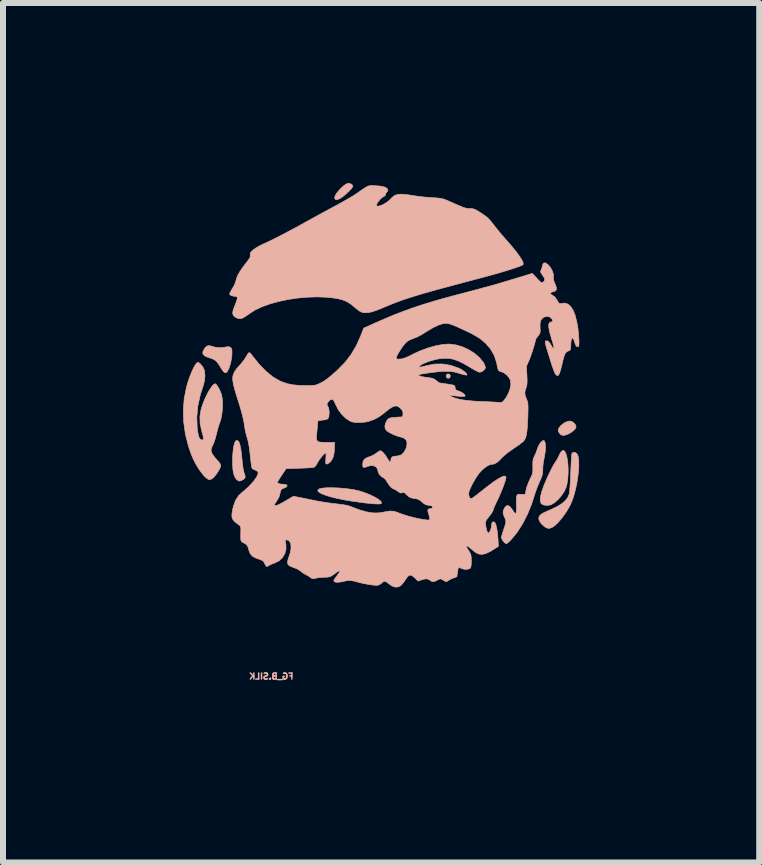
<source format=kicad_pcb>
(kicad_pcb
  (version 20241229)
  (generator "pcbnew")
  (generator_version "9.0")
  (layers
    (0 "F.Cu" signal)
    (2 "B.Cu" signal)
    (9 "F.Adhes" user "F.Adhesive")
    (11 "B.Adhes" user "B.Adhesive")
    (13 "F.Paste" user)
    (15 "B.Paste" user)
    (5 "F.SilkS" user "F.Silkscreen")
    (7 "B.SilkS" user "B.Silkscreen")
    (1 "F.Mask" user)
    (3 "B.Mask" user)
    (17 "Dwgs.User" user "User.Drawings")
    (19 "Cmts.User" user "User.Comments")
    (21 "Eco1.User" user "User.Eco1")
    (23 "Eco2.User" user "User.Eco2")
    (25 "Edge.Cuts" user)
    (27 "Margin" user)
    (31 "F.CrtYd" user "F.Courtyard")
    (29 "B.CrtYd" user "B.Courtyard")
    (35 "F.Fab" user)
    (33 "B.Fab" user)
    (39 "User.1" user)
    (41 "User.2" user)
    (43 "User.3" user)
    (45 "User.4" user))
  (footprint "FG_B.SILK"
    (layer "F.Cu")
    (at 3.351 3.167)
    (property "Reference" "FG_B.SILK" (at -1.88 5.055 180) (layer "B.SilkS") (effects (font (size 0.1 0.1) (thickness 0.025)) (justify mirror)))
    (attr through_hole)
    (fp_poly (pts (xy 1.041 0.026) (xy 1.035 0.051) (xy 1.042 0.077) (xy 1.064 0.087) (xy 1.09 0.082) (xy 1.1 0.071) (xy 1.103 0.039) (xy 1.088 0.019) (xy 1.064 0.015) (xy 1.041 0.026)) (stroke (width 0.01) (type solid)) (fill yes) (layer "B.SilkS"))
    (fp_poly (pts (xy 3.049 0.81) (xy 2.998 0.835) (xy 2.952 0.871) (xy 2.921 0.907) (xy 2.905 0.937) (xy 2.902 0.959) (xy 2.911 0.983) (xy 2.914 0.988) (xy 2.94 1.024) (xy 2.975 1.04) (xy 3.02 1.035) (xy 3.067 1.018) (xy 3.121 0.988) (xy 3.164 0.954) (xy 3.192 0.921) (xy 3.2 0.896) (xy 3.189 0.861) (xy 3.161 0.829) (xy 3.124 0.806) (xy 3.095 0.8) (xy 3.049 0.81)) (stroke (width 0.01) (type solid)) (fill yes) (layer "B.SilkS"))
    (fp_poly (pts (xy -0.625 -3.153) (xy -0.665 -3.127) (xy -0.708 -3.089) (xy -0.75 -3.046) (xy -0.787 -3.001) (xy -0.813 -2.959) (xy -0.823 -2.925) (xy -0.823 -2.919) (xy -0.813 -2.894) (xy -0.789 -2.888) (xy -0.75 -2.901) (xy -0.734 -2.909) (xy -0.699 -2.931) (xy -0.658 -2.964) (xy -0.615 -3.002) (xy -0.575 -3.04) (xy -0.543 -3.075) (xy -0.524 -3.102) (xy -0.521 -3.113) (xy -0.532 -3.138) (xy -0.56 -3.156) (xy -0.594 -3.162) (xy -0.625 -3.153)) (stroke (width 0.01) (type solid)) (fill yes) (layer "B.SilkS"))
    (fp_poly (pts (xy -2.47 1.129) (xy -2.488 1.16) (xy -2.503 1.212) (xy -2.515 1.287) (xy -2.523 1.381) (xy -2.524 1.404) (xy -2.525 1.521) (xy -2.518 1.618) (xy -2.502 1.695) (xy -2.477 1.75) (xy -2.463 1.768) (xy -2.433 1.794) (xy -2.407 1.801) (xy -2.375 1.791) (xy -2.353 1.778) (xy -2.325 1.758) (xy -2.314 1.736) (xy -2.318 1.706) (xy -2.331 1.671) (xy -2.34 1.639) (xy -2.35 1.589) (xy -2.358 1.529) (xy -2.363 1.482) (xy -2.374 1.371) (xy -2.385 1.284) (xy -2.397 1.218) (xy -2.409 1.172) (xy -2.423 1.143) (xy -2.425 1.14) (xy -2.449 1.123) (xy -2.47 1.129)) (stroke (width 0.01) (type solid)) (fill yes) (layer "B.SilkS"))
    (fp_poly (pts (xy -0.945 1.912) (xy -1.013 1.917) (xy -1.063 1.925) (xy -1.083 1.933) (xy -1.104 1.951) (xy -1.101 1.971) (xy -1.076 1.993) (xy -1.031 2.016) (xy -0.967 2.04) (xy -0.887 2.064) (xy -0.79 2.088) (xy -0.681 2.111) (xy -0.559 2.132) (xy -0.426 2.151) (xy -0.318 2.165) (xy -0.226 2.175) (xy -0.157 2.181) (xy -0.107 2.183) (xy -0.073 2.182) (xy -0.053 2.177) (xy -0.043 2.169) (xy -0.045 2.15) (xy -0.068 2.125) (xy -0.107 2.096) (xy -0.161 2.065) (xy -0.224 2.034) (xy -0.294 2.005) (xy -0.367 1.979) (xy -0.427 1.961) (xy -0.503 1.945) (xy -0.59 1.932) (xy -0.682 1.922) (xy -0.775 1.915) (xy -0.864 1.912) (xy -0.945 1.912)) (stroke (width 0.01) (type solid)) (fill yes) (layer "B.SilkS"))
    (fp_poly (pts (xy -2.959 -0.445) (xy -2.983 -0.42) (xy -2.99 -0.41) (xy -3.016 -0.365) (xy -3.022 -0.329) (xy -3.007 -0.3) (xy -2.97 -0.275) (xy -2.909 -0.253) (xy -2.894 -0.248) (xy -2.849 -0.232) (xy -2.812 -0.211) (xy -2.78 -0.179) (xy -2.747 -0.132) (xy -2.72 -0.087) (xy -2.687 -0.037) (xy -2.661 -0.01) (xy -2.639 -0.004) (xy -2.617 -0.019) (xy -2.611 -0.028) (xy -2.589 -0.07) (xy -2.568 -0.13) (xy -2.551 -0.198) (xy -2.539 -0.267) (xy -2.535 -0.32) (xy -2.535 -0.369) (xy -2.539 -0.399) (xy -2.549 -0.417) (xy -2.559 -0.427) (xy -2.589 -0.439) (xy -2.61 -0.438) (xy -2.679 -0.425) (xy -2.752 -0.422) (xy -2.819 -0.431) (xy -2.839 -0.437) (xy -2.893 -0.452) (xy -2.931 -0.456) (xy -2.959 -0.445)) (stroke (width 0.01) (type solid)) (fill yes) (layer "B.SilkS"))
    (fp_poly (pts (xy 2.978 1.292) (xy 2.963 1.301) (xy 2.941 1.326) (xy 2.922 1.362) (xy 2.92 1.368) (xy 2.903 1.406) (xy 2.878 1.451) (xy 2.863 1.473) (xy 2.822 1.538) (xy 2.776 1.625) (xy 2.726 1.73) (xy 2.676 1.848) (xy 2.662 1.881) (xy 2.627 1.98) (xy 2.607 2.061) (xy 2.603 2.123) (xy 2.614 2.168) (xy 2.62 2.177) (xy 2.647 2.195) (xy 2.688 2.204) (xy 2.737 2.205) (xy 2.782 2.195) (xy 2.791 2.191) (xy 2.843 2.159) (xy 2.898 2.111) (xy 2.95 2.052) (xy 2.994 1.989) (xy 3.009 1.962) (xy 3.032 1.909) (xy 3.048 1.856) (xy 3.058 1.792) (xy 3.062 1.756) (xy 3.068 1.668) (xy 3.068 1.58) (xy 3.062 1.495) (xy 3.051 1.419) (xy 3.036 1.357) (xy 3.017 1.315) (xy 3.012 1.308) (xy 2.994 1.29) (xy 2.978 1.292)) (stroke (width 0.01) (type solid)) (fill yes) (layer "B.SilkS"))
    (fp_poly (pts (xy 3.14 1.33) (xy 3.131 1.343) (xy 3.127 1.362) (xy 3.124 1.402) (xy 3.12 1.46) (xy 3.117 1.531) (xy 3.113 1.613) (xy 3.111 1.664) (xy 3.107 1.752) (xy 3.103 1.834) (xy 3.098 1.907) (xy 3.093 1.965) (xy 3.088 2.004) (xy 3.086 2.016) (xy 3.062 2.073) (xy 3.022 2.126) (xy 2.965 2.175) (xy 2.888 2.224) (xy 2.788 2.272) (xy 2.729 2.298) (xy 2.662 2.328) (xy 2.617 2.355) (xy 2.59 2.383) (xy 2.579 2.413) (xy 2.578 2.426) (xy 2.589 2.463) (xy 2.616 2.505) (xy 2.654 2.544) (xy 2.695 2.574) (xy 2.735 2.589) (xy 2.746 2.59) (xy 2.768 2.585) (xy 2.8 2.573) (xy 2.8 2.573) (xy 2.843 2.545) (xy 2.893 2.499) (xy 2.946 2.439) (xy 3 2.368) (xy 3.051 2.292) (xy 3.096 2.214) (xy 3.112 2.18) (xy 3.144 2.103) (xy 3.172 2.013) (xy 3.196 1.915) (xy 3.217 1.814) (xy 3.232 1.712) (xy 3.242 1.615) (xy 3.246 1.526) (xy 3.244 1.45) (xy 3.235 1.389) (xy 3.22 1.352) (xy 3.195 1.329) (xy 3.165 1.321) (xy 3.14 1.33)) (stroke (width 0.01) (type solid)) (fill yes) (layer "B.SilkS"))
    (fp_poly (pts (xy 2.641 1.131) (xy 2.61 1.158) (xy 2.58 1.204) (xy 2.556 1.26) (xy 2.551 1.276) (xy 2.537 1.318) (xy 2.516 1.366) (xy 2.507 1.384) (xy 2.492 1.417) (xy 2.483 1.448) (xy 2.479 1.487) (xy 2.479 1.54) (xy 2.479 1.557) (xy 2.48 1.614) (xy 2.477 1.654) (xy 2.47 1.687) (xy 2.455 1.721) (xy 2.443 1.746) (xy 2.408 1.823) (xy 2.38 1.898) (xy 2.363 1.964) (xy 2.36 1.988) (xy 2.356 2.01) (xy 2.347 2.02) (xy 2.326 2.023) (xy 2.289 2.022) (xy 2.25 2.02) (xy 2.228 2.024) (xy 2.216 2.037) (xy 2.211 2.049) (xy 2.206 2.076) (xy 2.204 2.12) (xy 2.205 2.173) (xy 2.206 2.194) (xy 2.208 2.255) (xy 2.206 2.302) (xy 2.201 2.33) (xy 2.2 2.331) (xy 2.192 2.341) (xy 2.181 2.338) (xy 2.165 2.319) (xy 2.141 2.282) (xy 2.105 2.234) (xy 2.073 2.211) (xy 2.044 2.211) (xy 2.017 2.236) (xy 2.006 2.251) (xy 1.986 2.297) (xy 1.984 2.34) (xy 2.002 2.39) (xy 2.007 2.4) (xy 2.021 2.432) (xy 2.029 2.459) (xy 2.029 2.488) (xy 2.021 2.526) (xy 2.004 2.578) (xy 1.994 2.608) (xy 1.977 2.659) (xy 1.964 2.704) (xy 1.957 2.735) (xy 1.956 2.742) (xy 1.964 2.768) (xy 1.984 2.799) (xy 2.008 2.827) (xy 2.031 2.843) (xy 2.038 2.845) (xy 2.054 2.836) (xy 2.081 2.813) (xy 2.115 2.779) (xy 2.125 2.769) (xy 2.22 2.652) (xy 2.308 2.514) (xy 2.388 2.359) (xy 2.457 2.191) (xy 2.502 2.051) (xy 2.525 1.98) (xy 2.553 1.903) (xy 2.583 1.831) (xy 2.593 1.808) (xy 2.618 1.752) (xy 2.634 1.709) (xy 2.642 1.672) (xy 2.645 1.632) (xy 2.645 1.613) (xy 2.647 1.56) (xy 2.654 1.495) (xy 2.665 1.431) (xy 2.668 1.419) (xy 2.685 1.321) (xy 2.692 1.238) (xy 2.687 1.174) (xy 2.68 1.15) (xy 2.668 1.127) (xy 2.653 1.125) (xy 2.641 1.131)) (stroke (width 0.01) (type solid)) (fill yes) (layer "B.SilkS"))
    (fp_poly (pts (xy -3.124 -0.166) (xy -3.148 -0.133) (xy -3.176 -0.083) (xy -3.206 -0.018) (xy -3.236 0.057) (xy -3.265 0.14) (xy -3.291 0.227) (xy -3.295 0.244) (xy -3.331 0.428) (xy -3.346 0.621) (xy -3.339 0.819) (xy -3.311 1.019) (xy -3.261 1.217) (xy -3.214 1.354) (xy -3.179 1.436) (xy -3.138 1.516) (xy -3.093 1.591) (xy -3.046 1.657) (xy -3.001 1.713) (xy -2.959 1.753) (xy -2.924 1.775) (xy -2.909 1.778) (xy -2.883 1.77) (xy -2.855 1.753) (xy -2.826 1.724) (xy -2.792 1.681) (xy -2.761 1.633) (xy -2.736 1.589) (xy -2.725 1.559) (xy -2.724 1.534) (xy -2.734 1.509) (xy -2.76 1.477) (xy -2.766 1.47) (xy -2.818 1.41) (xy -2.854 1.363) (xy -2.875 1.325) (xy -2.883 1.291) (xy -2.878 1.256) (xy -2.862 1.216) (xy -2.85 1.192) (xy -2.832 1.149) (xy -2.813 1.092) (xy -2.797 1.03) (xy -2.792 1.012) (xy -2.778 0.953) (xy -2.762 0.896) (xy -2.748 0.852) (xy -2.743 0.841) (xy -2.72 0.773) (xy -2.704 0.689) (xy -2.694 0.598) (xy -2.691 0.507) (xy -2.697 0.424) (xy -2.71 0.356) (xy -2.712 0.349) (xy -2.731 0.303) (xy -2.754 0.256) (xy -2.778 0.216) (xy -2.8 0.188) (xy -2.815 0.178) (xy -2.838 0.189) (xy -2.868 0.221) (xy -2.901 0.269) (xy -2.937 0.329) (xy -2.971 0.399) (xy -3.004 0.473) (xy -3.032 0.548) (xy -3.049 0.603) (xy -3.069 0.721) (xy -3.066 0.842) (xy -3.038 0.969) (xy -3.036 0.978) (xy -3.018 1.04) (xy -3.011 1.082) (xy -3.013 1.106) (xy -3.026 1.116) (xy -3.038 1.115) (xy -3.062 1.105) (xy -3.081 1.079) (xy -3.096 1.034) (xy -3.107 0.969) (xy -3.114 0.919) (xy -3.121 0.738) (xy -3.104 0.551) (xy -3.062 0.36) (xy -3.011 0.203) (xy -2.992 0.126) (xy -2.985 0.043) (xy -2.993 -0.034) (xy -2.997 -0.051) (xy -3.013 -0.088) (xy -3.039 -0.125) (xy -3.067 -0.157) (xy -3.094 -0.176) (xy -3.104 -0.178) (xy -3.124 -0.166)) (stroke (width 0.01) (type solid)) (fill yes) (layer "B.SilkS"))
    (fp_poly (pts (xy -0.239 -3.122) (xy -0.264 -3.116) (xy -0.291 -3.103) (xy -0.325 -3.082) (xy -0.37 -3.052) (xy -0.43 -3.01) (xy -0.461 -2.988) (xy -0.501 -2.962) (xy -0.559 -2.927) (xy -0.629 -2.887) (xy -0.707 -2.842) (xy -0.789 -2.797) (xy -0.821 -2.78) (xy -0.914 -2.73) (xy -1.015 -2.675) (xy -1.117 -2.62) (xy -1.213 -2.567) (xy -1.294 -2.522) (xy -1.302 -2.518) (xy -1.436 -2.443) (xy -1.567 -2.373) (xy -1.691 -2.308) (xy -1.804 -2.249) (xy -1.904 -2.2) (xy -1.987 -2.162) (xy -2.011 -2.151) (xy -2.068 -2.124) (xy -2.124 -2.092) (xy -2.169 -2.062) (xy -2.18 -2.053) (xy -2.213 -2.022) (xy -2.229 -2) (xy -2.232 -1.978) (xy -2.23 -1.967) (xy -2.23 -1.944) (xy -2.238 -1.92) (xy -2.259 -1.887) (xy -2.287 -1.851) (xy -2.354 -1.763) (xy -2.404 -1.689) (xy -2.439 -1.627) (xy -2.459 -1.575) (xy -2.463 -1.558) (xy -2.478 -1.508) (xy -2.499 -1.458) (xy -2.508 -1.441) (xy -2.54 -1.389) (xy -2.56 -1.353) (xy -2.57 -1.33) (xy -2.573 -1.316) (xy -2.569 -1.307) (xy -2.565 -1.302) (xy -2.544 -1.29) (xy -2.509 -1.281) (xy -2.498 -1.28) (xy -2.464 -1.276) (xy -2.449 -1.267) (xy -2.446 -1.249) (xy -2.446 -1.245) (xy -2.452 -1.218) (xy -2.466 -1.177) (xy -2.485 -1.128) (xy -2.49 -1.116) (xy -2.514 -1.053) (xy -2.523 -1.005) (xy -2.517 -0.97) (xy -2.495 -0.942) (xy -2.473 -0.927) (xy -2.427 -0.906) (xy -2.385 -0.906) (xy -2.343 -0.923) (xy -2.312 -0.942) (xy -2.271 -0.97) (xy -2.241 -0.992) (xy -2.147 -1.052) (xy -2.031 -1.106) (xy -1.899 -1.153) (xy -1.753 -1.193) (xy -1.597 -1.226) (xy -1.436 -1.25) (xy -1.273 -1.264) (xy -1.111 -1.269) (xy -0.955 -1.263) (xy -0.86 -1.253) (xy -0.764 -1.238) (xy -0.687 -1.218) (xy -0.622 -1.191) (xy -0.562 -1.154) (xy -0.502 -1.106) (xy -0.447 -1.06) (xy -0.405 -1.03) (xy -0.367 -1.012) (xy -0.329 -1.005) (xy -0.284 -1.006) (xy -0.273 -1.006) (xy -0.235 -1.012) (xy -0.189 -1.024) (xy -0.133 -1.043) (xy -0.061 -1.071) (xy 0.013 -1.102) (xy 0.085 -1.132) (xy 0.155 -1.16) (xy 0.226 -1.187) (xy 0.298 -1.214) (xy 0.376 -1.24) (xy 0.46 -1.267) (xy 0.553 -1.296) (xy 0.657 -1.327) (xy 0.774 -1.36) (xy 0.906 -1.397) (xy 1.056 -1.437) (xy 1.225 -1.482) (xy 1.415 -1.533) (xy 1.505 -1.557) (xy 1.66 -1.598) (xy 1.802 -1.637) (xy 1.93 -1.673) (xy 2.043 -1.707) (xy 2.139 -1.737) (xy 2.216 -1.763) (xy 2.273 -1.784) (xy 2.308 -1.8) (xy 2.319 -1.809) (xy 2.318 -1.837) (xy 2.298 -1.882) (xy 2.261 -1.941) (xy 2.209 -2.013) (xy 2.14 -2.099) (xy 2.057 -2.195) (xy 2.033 -2.222) (xy 1.979 -2.283) (xy 1.923 -2.35) (xy 1.871 -2.414) (xy 1.829 -2.467) (xy 1.822 -2.476) (xy 1.774 -2.537) (xy 1.73 -2.583) (xy 1.681 -2.623) (xy 1.642 -2.65) (xy 1.585 -2.687) (xy 1.544 -2.712) (xy 1.513 -2.728) (xy 1.487 -2.736) (xy 1.46 -2.74) (xy 1.428 -2.74) (xy 1.404 -2.741) (xy 1.381 -2.744) (xy 1.354 -2.75) (xy 1.32 -2.761) (xy 1.277 -2.778) (xy 1.22 -2.803) (xy 1.145 -2.835) (xy 1.079 -2.865) (xy 1.033 -2.885) (xy 0.994 -2.899) (xy 0.956 -2.908) (xy 0.912 -2.915) (xy 0.854 -2.92) (xy 0.806 -2.922) (xy 0.73 -2.928) (xy 0.65 -2.935) (xy 0.577 -2.944) (xy 0.527 -2.951) (xy 0.425 -2.967) (xy 0.344 -2.977) (xy 0.281 -2.981) (xy 0.232 -2.977) (xy 0.193 -2.966) (xy 0.16 -2.948) (xy 0.129 -2.921) (xy 0.113 -2.904) (xy 0.076 -2.868) (xy 0.033 -2.836) (xy -0.013 -2.81) (xy -0.056 -2.791) (xy -0.093 -2.781) (xy -0.118 -2.783) (xy -0.127 -2.798) (xy -0.118 -2.824) (xy -0.096 -2.859) (xy -0.066 -2.894) (xy -0.035 -2.924) (xy -0.011 -2.938) (xy 0.018 -2.957) (xy 0.025 -2.98) (xy 0.033 -3.005) (xy 0.044 -3.014) (xy 0.06 -3.032) (xy 0.064 -3.047) (xy 0.051 -3.076) (xy 0.015 -3.098) (xy -0.046 -3.113) (xy -0.13 -3.121) (xy -0.14 -3.121) (xy -0.181 -3.123) (xy -0.213 -3.124) (xy -0.239 -3.122)) (stroke (width 0.01) (type solid)) (fill yes) (layer "B.SilkS"))
    (fp_poly (pts (xy 2.647 -1.814) (xy 2.641 -1.791) (xy 2.631 -1.751) (xy 2.617 -1.716) (xy 2.617 -1.716) (xy 2.609 -1.696) (xy 2.612 -1.677) (xy 2.628 -1.65) (xy 2.64 -1.632) (xy 2.668 -1.59) (xy 2.678 -1.561) (xy 2.672 -1.537) (xy 2.654 -1.517) (xy 2.641 -1.507) (xy 2.629 -1.504) (xy 2.614 -1.512) (xy 2.59 -1.534) (xy 2.555 -1.57) (xy 2.549 -1.577) (xy 2.47 -1.661) (xy 2.33 -1.617) (xy 1.853 -1.474) (xy 1.397 -1.351) (xy 1.175 -1.293) (xy 0.975 -1.239) (xy 0.793 -1.186) (xy 0.624 -1.134) (xy 0.466 -1.081) (xy 0.315 -1.026) (xy 0.167 -0.969) (xy 0.019 -0.907) (xy -0.127 -0.843) (xy -0.339 -0.748) (xy -0.387 -0.625) (xy -0.461 -0.458) (xy -0.549 -0.309) (xy -0.653 -0.174) (xy -0.778 -0.047) (xy -0.792 -0.034) (xy -0.863 0.028) (xy -0.92 0.076) (xy -0.968 0.112) (xy -1.01 0.141) (xy -1.053 0.164) (xy -1.075 0.175) (xy -1.107 0.189) (xy -1.135 0.199) (xy -1.166 0.205) (xy -1.205 0.208) (xy -1.258 0.209) (xy -1.321 0.209) (xy -1.435 0.205) (xy -1.531 0.195) (xy -1.616 0.177) (xy -1.697 0.149) (xy -1.748 0.126) (xy -1.855 0.063) (xy -1.963 -0.025) (xy -2.074 -0.137) (xy -2.185 -0.274) (xy -2.191 -0.282) (xy -2.219 -0.319) (xy -2.238 -0.338) (xy -2.254 -0.338) (xy -2.271 -0.319) (xy -2.295 -0.279) (xy -2.305 -0.261) (xy -2.331 -0.221) (xy -2.368 -0.173) (xy -2.409 -0.125) (xy -2.416 -0.118) (xy -2.459 -0.069) (xy -2.49 -0.025) (xy -2.511 0.018) (xy -2.522 0.064) (xy -2.522 0.118) (xy -2.512 0.182) (xy -2.493 0.261) (xy -2.464 0.358) (xy -2.451 0.401) (xy -2.414 0.517) (xy -2.385 0.613) (xy -2.363 0.694) (xy -2.347 0.763) (xy -2.334 0.826) (xy -2.325 0.885) (xy -2.325 0.889) (xy -2.314 0.954) (xy -2.297 1.025) (xy -2.281 1.081) (xy -2.263 1.146) (xy -2.248 1.229) (xy -2.235 1.333) (xy -2.23 1.377) (xy -2.223 1.446) (xy -2.215 1.507) (xy -2.208 1.555) (xy -2.201 1.585) (xy -2.198 1.592) (xy -2.177 1.605) (xy -2.145 1.618) (xy -2.143 1.619) (xy -2.109 1.638) (xy -2.098 1.66) (xy -2.104 1.692) (xy -2.126 1.737) (xy -2.163 1.789) (xy -2.21 1.846) (xy -2.264 1.902) (xy -2.323 1.955) (xy -2.359 1.983) (xy -2.423 2.043) (xy -2.472 2.117) (xy -2.507 2.21) (xy -2.521 2.262) (xy -2.534 2.333) (xy -2.537 2.387) (xy -2.527 2.429) (xy -2.501 2.465) (xy -2.458 2.503) (xy -2.419 2.532) (xy -2.402 2.546) (xy -2.392 2.561) (xy -2.388 2.586) (xy -2.387 2.625) (xy -2.388 2.653) (xy -2.389 2.717) (xy -2.389 2.76) (xy -2.385 2.788) (xy -2.377 2.806) (xy -2.362 2.819) (xy -2.34 2.83) (xy -2.337 2.832) (xy -2.298 2.856) (xy -2.274 2.885) (xy -2.259 2.926) (xy -2.254 2.951) (xy -2.231 3.011) (xy -2.189 3.057) (xy -2.126 3.089) (xy -2.11 3.094) (xy -2.059 3.111) (xy -2.025 3.127) (xy -2.004 3.149) (xy -1.987 3.181) (xy -1.985 3.185) (xy -1.967 3.216) (xy -1.946 3.224) (xy -1.92 3.209) (xy -1.919 3.208) (xy -1.896 3.195) (xy -1.858 3.179) (xy -1.829 3.168) (xy -1.753 3.132) (xy -1.694 3.078) (xy -1.654 3.011) (xy -1.634 2.934) (xy -1.636 2.85) (xy -1.646 2.81) (xy -1.648 2.789) (xy -1.633 2.782) (xy -1.621 2.781) (xy -1.587 2.792) (xy -1.564 2.823) (xy -1.552 2.869) (xy -1.551 2.928) (xy -1.563 2.994) (xy -1.576 3.035) (xy -1.599 3.102) (xy -1.609 3.15) (xy -1.604 3.184) (xy -1.582 3.209) (xy -1.543 3.229) (xy -1.499 3.245) (xy -1.452 3.264) (xy -1.409 3.288) (xy -1.391 3.302) (xy -1.353 3.332) (xy -1.312 3.356) (xy -1.308 3.358) (xy -1.267 3.38) (xy -1.23 3.405) (xy -1.229 3.406) (xy -1.205 3.423) (xy -1.183 3.428) (xy -1.152 3.423) (xy -1.136 3.419) (xy -1.092 3.411) (xy -1.037 3.405) (xy -0.992 3.404) (xy -0.942 3.402) (xy -0.908 3.396) (xy -0.877 3.383) (xy -0.843 3.359) (xy -0.805 3.333) (xy -0.774 3.311) (xy -0.759 3.302) (xy -0.74 3.295) (xy -0.738 3.305) (xy -0.751 3.331) (xy -0.779 3.37) (xy -0.787 3.381) (xy -0.814 3.417) (xy -0.832 3.447) (xy -0.838 3.462) (xy -0.827 3.48) (xy -0.795 3.488) (xy -0.746 3.486) (xy -0.682 3.475) (xy -0.678 3.474) (xy -0.628 3.462) (xy -0.586 3.458) (xy -0.545 3.46) (xy -0.496 3.469) (xy -0.432 3.486) (xy -0.369 3.502) (xy -0.301 3.516) (xy -0.234 3.527) (xy -0.174 3.535) (xy -0.127 3.538) (xy -0.102 3.537) (xy -0.068 3.522) (xy -0.037 3.498) (xy -0.01 3.475) (xy 0.014 3.47) (xy 0.042 3.484) (xy 0.066 3.503) (xy 0.13 3.548) (xy 0.188 3.569) (xy 0.24 3.564) (xy 0.281 3.54) (xy 0.306 3.514) (xy 0.336 3.475) (xy 0.36 3.439) (xy 0.393 3.392) (xy 0.422 3.37) (xy 0.452 3.37) (xy 0.487 3.391) (xy 0.515 3.417) (xy 0.567 3.468) (xy 0.621 3.448) (xy 0.677 3.433) (xy 0.718 3.431) (xy 0.752 3.445) (xy 0.765 3.454) (xy 0.797 3.474) (xy 0.827 3.478) (xy 0.864 3.465) (xy 0.889 3.451) (xy 0.923 3.434) (xy 0.945 3.431) (xy 0.965 3.439) (xy 0.997 3.459) (xy 1.015 3.47) (xy 1.038 3.478) (xy 1.059 3.467) (xy 1.065 3.463) (xy 1.091 3.445) (xy 1.131 3.426) (xy 1.151 3.418) (xy 1.213 3.396) (xy 1.224 3.321) (xy 1.231 3.28) (xy 1.237 3.25) (xy 1.24 3.24) (xy 1.252 3.242) (xy 1.279 3.252) (xy 1.29 3.257) (xy 1.336 3.271) (xy 1.384 3.272) (xy 1.424 3.262) (xy 1.44 3.251) (xy 1.447 3.232) (xy 1.452 3.195) (xy 1.454 3.146) (xy 1.454 3.133) (xy 1.453 3.079) (xy 1.449 3.041) (xy 1.44 3.011) (xy 1.423 2.98) (xy 1.413 2.964) (xy 1.391 2.929) (xy 1.376 2.902) (xy 1.372 2.891) (xy 1.38 2.882) (xy 1.403 2.893) (xy 1.441 2.922) (xy 1.469 2.946) (xy 1.526 2.991) (xy 1.58 3.017) (xy 1.635 3.023) (xy 1.696 3.009) (xy 1.766 2.976) (xy 1.808 2.951) (xy 1.906 2.889) (xy 1.899 2.769) (xy 1.891 2.672) (xy 1.879 2.593) (xy 1.865 2.533) (xy 1.849 2.495) (xy 1.838 2.484) (xy 1.814 2.48) (xy 1.798 2.498) (xy 1.791 2.536) (xy 1.791 2.544) (xy 1.786 2.578) (xy 1.775 2.616) (xy 1.76 2.648) (xy 1.745 2.666) (xy 1.74 2.667) (xy 1.725 2.655) (xy 1.71 2.621) (xy 1.699 2.568) (xy 1.694 2.536) (xy 1.691 2.503) (xy 1.693 2.478) (xy 1.703 2.454) (xy 1.724 2.424) (xy 1.751 2.39) (xy 1.782 2.35) (xy 1.805 2.314) (xy 1.816 2.291) (xy 1.816 2.287) (xy 1.822 2.267) (xy 1.833 2.239) (xy 0.81 2.239) (xy 0.796 2.254) (xy 0.767 2.261) (xy 0.74 2.266) (xy 0.729 2.285) (xy 0.734 2.321) (xy 0.743 2.348) (xy 0.755 2.388) (xy 0.761 2.421) (xy 0.762 2.429) (xy 0.76 2.443) (xy 0.75 2.449) (xy 0.726 2.45) (xy 0.687 2.446) (xy 0.641 2.439) (xy 0.58 2.428) (xy 0.515 2.414) (xy 0.486 2.407) (xy 0.418 2.389) (xy 0.346 2.367) (xy 0.281 2.345) (xy 0.262 2.338) (xy 0.198 2.314) (xy 0.145 2.302) (xy 0.093 2.301) (xy 0.033 2.31) (xy -0.009 2.319) (xy -0.098 2.332) (xy -0.191 2.331) (xy -0.293 2.314) (xy -0.406 2.282) (xy -0.535 2.233) (xy -0.54 2.231) (xy -0.583 2.215) (xy -0.636 2.202) (xy -0.703 2.191) (xy -0.788 2.181) (xy -0.806 2.179) (xy -0.891 2.169) (xy -0.982 2.156) (xy -1.07 2.142) (xy -1.144 2.128) (xy -1.149 2.127) (xy -1.222 2.112) (xy -1.297 2.096) (xy -1.366 2.082) (xy -1.406 2.074) (xy -1.511 2.054) (xy -1.642 2.132) (xy -1.716 2.173) (xy -1.771 2.2) (xy -1.808 2.21) (xy -1.826 2.206) (xy -1.824 2.186) (xy -1.802 2.151) (xy -1.789 2.133) (xy -1.752 2.069) (xy -1.735 2.01) (xy -1.725 1.968) (xy -1.714 1.944) (xy -1.697 1.93) (xy -1.679 1.923) (xy -1.637 1.905) (xy -1.617 1.885) (xy -1.619 1.868) (xy -1.643 1.857) (xy -1.674 1.854) (xy -1.726 1.85) (xy -1.762 1.841) (xy -1.777 1.827) (xy -1.778 1.824) (xy -1.771 1.808) (xy -1.753 1.776) (xy -1.726 1.734) (xy -1.705 1.702) (xy -1.632 1.594) (xy -1.41 1.587) (xy -1.336 1.584) (xy -1.269 1.581) (xy -1.216 1.577) (xy -1.179 1.573) (xy -1.165 1.57) (xy -1.146 1.553) (xy -1.123 1.521) (xy -1.112 1.5) (xy -1.088 1.46) (xy -1.058 1.417) (xy -1.027 1.379) (xy -0.999 1.349) (xy -0.979 1.334) (xy -0.975 1.333) (xy -0.968 1.346) (xy -0.967 1.382) (xy -0.97 1.422) (xy -0.972 1.466) (xy -0.972 1.5) (xy -0.968 1.516) (xy -0.968 1.516) (xy -0.945 1.516) (xy -0.916 1.499) (xy -0.886 1.468) (xy -0.864 1.435) (xy -0.847 1.398) (xy -0.836 1.356) (xy -0.83 1.302) (xy -0.828 1.267) (xy -0.822 1.156) (xy -0.955 1.156) (xy -1.026 1.155) (xy -1.075 1.151) (xy -1.106 1.14) (xy -1.122 1.118) (xy -1.127 1.082) (xy -1.124 1.026) (xy -1.119 0.976) (xy -1.113 0.916) (xy -1.109 0.865) (xy -1.106 0.827) (xy -1.105 0.81) (xy -1.099 0.798) (xy -1.077 0.791) (xy -1.036 0.785) (xy -1.027 0.785) (xy -0.976 0.778) (xy -0.945 0.767) (xy -0.932 0.755) (xy -0.92 0.725) (xy -0.915 0.68) (xy -0.916 0.631) (xy -0.923 0.588) (xy -0.933 0.564) (xy -0.95 0.532) (xy -0.946 0.502) (xy -0.92 0.469) (xy -0.914 0.463) (xy -0.886 0.441) (xy -0.863 0.437) (xy -0.843 0.453) (xy -0.822 0.49) (xy -0.807 0.524) (xy -0.763 0.611) (xy -0.705 0.689) (xy -0.639 0.754) (xy -0.569 0.8) (xy -0.542 0.812) (xy -0.499 0.821) (xy -0.44 0.825) (xy -0.374 0.823) (xy -0.309 0.817) (xy -0.254 0.805) (xy -0.253 0.805) (xy -0.16 0.771) (xy -0.076 0.724) (xy 0.009 0.661) (xy 0.014 0.656) (xy 0.08 0.603) (xy 0.133 0.569) (xy 0.175 0.551) (xy 0.212 0.55) (xy 0.245 0.565) (xy 0.275 0.59) (xy 0.303 0.621) (xy 0.314 0.648) (xy 0.315 0.682) (xy 0.315 0.682) (xy 0.311 0.73) (xy 0.202 0.737) (xy 0.14 0.742) (xy 0.098 0.75) (xy 0.069 0.765) (xy 0.049 0.789) (xy 0.033 0.818) (xy 0.014 0.877) (xy 0.018 0.925) (xy 0.043 0.962) (xy 0.046 0.964) (xy 0.095 0.996) (xy 0.158 1.027) (xy 0.223 1.052) (xy 0.275 1.066) (xy 0.332 1.085) (xy 0.368 1.117) (xy 0.383 1.163) (xy 0.377 1.222) (xy 0.362 1.267) (xy 0.327 1.328) (xy 0.281 1.367) (xy 0.222 1.384) (xy 0.205 1.384) (xy 0.156 1.389) (xy 0.127 1.404) (xy 0.115 1.433) (xy 0.114 1.45) (xy 0.111 1.478) (xy 0.099 1.483) (xy 0.081 1.463) (xy 0.057 1.426) (xy 0.023 1.372) (xy -0.011 1.33) (xy -0.041 1.303) (xy -0.061 1.295) (xy -0.081 1.303) (xy -0.111 1.322) (xy -0.127 1.334) (xy -0.166 1.36) (xy -0.206 1.381) (xy -0.218 1.386) (xy -0.279 1.408) (xy -0.319 1.43) (xy -0.343 1.456) (xy -0.353 1.491) (xy -0.356 1.531) (xy -0.353 1.56) (xy -0.341 1.573) (xy -0.316 1.571) (xy -0.273 1.555) (xy -0.273 1.555) (xy -0.218 1.542) (xy -0.169 1.547) (xy -0.131 1.568) (xy -0.107 1.603) (xy -0.102 1.633) (xy -0.092 1.667) (xy -0.067 1.703) (xy -0.034 1.732) (xy -0.018 1.74) (xy 0.01 1.759) (xy 0.033 1.787) (xy 0.07 1.846) (xy 0.099 1.886) (xy 0.123 1.911) (xy 0.145 1.926) (xy 0.154 1.929) (xy 0.188 1.945) (xy 0.226 1.969) (xy 0.234 1.975) (xy 0.265 1.996) (xy 0.287 2) (xy 0.303 1.995) (xy 0.321 1.989) (xy 0.34 1.996) (xy 0.365 2.018) (xy 0.378 2.031) (xy 0.412 2.061) (xy 0.444 2.078) (xy 0.486 2.088) (xy 0.502 2.09) (xy 0.551 2.099) (xy 0.588 2.115) (xy 0.625 2.144) (xy 0.63 2.149) (xy 0.672 2.182) (xy 0.71 2.199) (xy 0.738 2.204) (xy 0.774 2.209) (xy 0.799 2.218) (xy 0.803 2.221) (xy 0.81 2.239) (xy 1.833 2.239) (xy 1.837 2.231) (xy 1.859 2.182) (xy 1.886 2.126) (xy 1.886 2.126) (xy 1.918 2.058) (xy 1.949 1.986) (xy 1.978 1.915) (xy 2.003 1.848) (xy 2.021 1.792) (xy 2.031 1.751) (xy 2.032 1.738) (xy 2.023 1.719) (xy 1.997 1.718) (xy 1.953 1.735) (xy 1.893 1.769) (xy 1.817 1.82) (xy 1.725 1.889) (xy 1.617 1.974) (xy 1.594 1.992) (xy 1.545 2.031) (xy 1.503 2.063) (xy 1.47 2.086) (xy 1.453 2.095) (xy 1.452 2.095) (xy 1.432 2.084) (xy 1.417 2.055) (xy 1.41 2.014) (xy 1.41 2.008) (xy 1.416 1.975) (xy 1.435 1.927) (xy 1.462 1.869) (xy 1.495 1.807) (xy 1.531 1.747) (xy 1.567 1.693) (xy 1.581 1.674) (xy 1.626 1.625) (xy 1.675 1.581) (xy 1.723 1.547) (xy 1.765 1.527) (xy 1.785 1.524) (xy 1.837 1.515) (xy 1.889 1.486) (xy 1.942 1.435) (xy 1.949 1.427) (xy 1.993 1.383) (xy 2.054 1.332) (xy 2.127 1.28) (xy 2.151 1.263) (xy 2.207 1.225) (xy 2.259 1.189) (xy 2.299 1.158) (xy 2.325 1.136) (xy 2.326 1.134) (xy 2.345 1.108) (xy 2.361 1.074) (xy 2.373 1.027) (xy 2.382 0.965) (xy 2.389 0.886) (xy 2.394 0.786) (xy 2.397 0.724) (xy 2.399 0.641) (xy 2.4 0.579) (xy 2.399 0.533) (xy 2.396 0.5) (xy 2.39 0.475) (xy 2.382 0.453) (xy 2.382 0.451) (xy 2.36 0.397) (xy 2.348 0.357) (xy 2.347 0.323) (xy 2.354 0.286) (xy 2.364 0.257) (xy 2.375 0.221) (xy 2.382 0.188) (xy 2.382 0.188) (xy 2.113 0.188) (xy 2.102 0.258) (xy 2.075 0.333) (xy 2.036 0.406) (xy 1.999 0.456) (xy 1.973 0.483) (xy 1.949 0.492) (xy 1.925 0.491) (xy 1.9 0.488) (xy 1.854 0.485) (xy 1.793 0.482) (xy 1.722 0.478) (xy 1.657 0.476) (xy 1.509 0.469) (xy 1.384 0.458) (xy 1.281 0.443) (xy 1.199 0.423) (xy 1.137 0.4) (xy 1.137 0.4) (xy 1.073 0.369) (xy 1.124 0.375) (xy 1.211 0.384) (xy 1.274 0.39) (xy 1.318 0.391) (xy 1.343 0.388) (xy 1.351 0.383) (xy 1.348 0.368) (xy 1.327 0.346) (xy 1.295 0.324) (xy 1.258 0.305) (xy 1.232 0.296) (xy 1.201 0.284) (xy 1.187 0.265) (xy 1.184 0.244) (xy 1.182 0.227) (xy 1.178 0.215) (xy 1.168 0.207) (xy 1.148 0.2) (xy 1.113 0.193) (xy 1.06 0.185) (xy 1.016 0.178) (xy 0.972 0.171) (xy 0.939 0.167) (xy 0.924 0.165) (xy 0.91 0.157) (xy 0.885 0.138) (xy 0.87 0.126) (xy 0.843 0.105) (xy 0.815 0.091) (xy 0.777 0.082) (xy 0.723 0.075) (xy 0.663 0.066) (xy 0.616 0.056) (xy 0.585 0.045) (xy 0.573 0.035) (xy 0.574 0.031) (xy 0.592 0.024) (xy 0.629 0.016) (xy 0.682 0.007) (xy 0.745 -0.002) (xy 0.812 -0.011) (xy 0.88 -0.019) (xy 0.942 -0.025) (xy 0.994 -0.028) (xy 1.01 -0.029) (xy 1.079 -0.028) (xy 1.135 -0.023) (xy 1.189 -0.013) (xy 1.254 0.006) (xy 1.254 0.006) (xy 1.305 0.021) (xy 1.347 0.031) (xy 1.374 0.035) (xy 1.38 0.034) (xy 1.379 0.019) (xy 1.361 -0.004) (xy 1.329 -0.031) (xy 1.29 -0.058) (xy 1.246 -0.081) (xy 1.246 -0.081) (xy 1.112 -0.128) (xy 0.976 -0.151) (xy 0.84 -0.149) (xy 0.707 -0.123) (xy 0.704 -0.122) (xy 0.656 -0.109) (xy 0.618 -0.101) (xy 0.595 -0.098) (xy 0.592 -0.099) (xy 0.587 -0.111) (xy 0.604 -0.128) (xy 0.637 -0.148) (xy 0.683 -0.169) (xy 0.739 -0.191) (xy 0.8 -0.21) (xy 0.863 -0.227) (xy 0.924 -0.238) (xy 0.938 -0.24) (xy 1.015 -0.246) (xy 1.087 -0.243) (xy 1.157 -0.229) (xy 1.231 -0.204) (xy 1.313 -0.165) (xy 1.407 -0.111) (xy 1.453 -0.083) (xy 1.503 -0.054) (xy 1.548 -0.03) (xy 1.581 -0.016) (xy 1.594 -0.013) (xy 1.629 -0.022) (xy 1.661 -0.045) (xy 1.684 -0.074) (xy 1.689 -0.094) (xy 1.682 -0.12) (xy 1.666 -0.157) (xy 1.653 -0.179) (xy 1.591 -0.256) (xy 1.509 -0.327) (xy 1.412 -0.388) (xy 1.308 -0.436) (xy 1.2 -0.468) (xy 1.094 -0.482) (xy 1.077 -0.483) (xy 0.972 -0.475) (xy 0.854 -0.452) (xy 0.729 -0.417) (xy 0.603 -0.37) (xy 0.482 -0.315) (xy 0.451 -0.298) (xy 0.374 -0.261) (xy 0.31 -0.239) (xy 0.284 -0.234) (xy 0.239 -0.231) (xy 0.213 -0.235) (xy 0.203 -0.249) (xy 0.209 -0.276) (xy 0.231 -0.318) (xy 0.258 -0.363) (xy 0.303 -0.433) (xy 0.342 -0.484) (xy 0.378 -0.52) (xy 0.416 -0.546) (xy 0.461 -0.566) (xy 0.471 -0.57) (xy 0.523 -0.589) (xy 0.57 -0.609) (xy 0.617 -0.635) (xy 0.673 -0.669) (xy 0.712 -0.694) (xy 0.818 -0.757) (xy 0.91 -0.8) (xy 0.986 -0.824) (xy 1.029 -0.828) (xy 1.054 -0.827) (xy 1.084 -0.821) (xy 1.121 -0.809) (xy 1.168 -0.792) (xy 1.227 -0.766) (xy 1.301 -0.732) (xy 1.393 -0.689) (xy 1.473 -0.65) (xy 1.592 -0.58) (xy 1.693 -0.496) (xy 1.775 -0.4) (xy 1.836 -0.294) (xy 1.874 -0.179) (xy 1.881 -0.146) (xy 1.891 -0.091) (xy 1.902 -0.057) (xy 1.916 -0.036) (xy 1.937 -0.026) (xy 1.956 -0.021) (xy 1.998 -0.003) (xy 2.043 0.032) (xy 2.081 0.075) (xy 2.106 0.12) (xy 2.108 0.127) (xy 2.113 0.188) (xy 2.382 0.188) (xy 2.384 0.149) (xy 2.384 0.098) (xy 2.381 0.037) (xy 2.372 -0.111) (xy 2.418 -0.214) (xy 2.434 -0.255) (xy 2.453 -0.308) (xy 2.474 -0.369) (xy 2.493 -0.43) (xy 2.509 -0.486) (xy 2.521 -0.531) (xy 2.527 -0.56) (xy 2.527 -0.563) (xy 2.535 -0.575) (xy 2.553 -0.6) (xy 2.567 -0.617) (xy 2.588 -0.646) (xy 2.599 -0.67) (xy 2.603 -0.7) (xy 2.601 -0.744) (xy 2.6 -0.751) (xy 2.6 -0.823) (xy 2.612 -0.876) (xy 2.638 -0.913) (xy 2.672 -0.934) (xy 2.724 -0.944) (xy 2.768 -0.931) (xy 2.799 -0.9) (xy 2.812 -0.871) (xy 2.804 -0.855) (xy 2.782 -0.851) (xy 2.757 -0.84) (xy 2.744 -0.809) (xy 2.746 -0.756) (xy 2.76 -0.681) (xy 2.788 -0.585) (xy 2.788 -0.583) (xy 2.81 -0.513) (xy 2.824 -0.459) (xy 2.829 -0.423) (xy 2.828 -0.406) (xy 2.818 -0.409) (xy 2.8 -0.435) (xy 2.79 -0.454) (xy 2.758 -0.506) (xy 2.727 -0.534) (xy 2.699 -0.537) (xy 2.692 -0.533) (xy 2.687 -0.525) (xy 2.687 -0.509) (xy 2.692 -0.48) (xy 2.703 -0.436) (xy 2.722 -0.373) (xy 2.742 -0.309) (xy 2.772 -0.212) (xy 2.796 -0.136) (xy 2.816 -0.079) (xy 2.831 -0.038) (xy 2.843 -0.008) (xy 2.853 0.012) (xy 2.863 0.025) (xy 2.87 0.031) (xy 2.888 0.044) (xy 2.903 0.037) (xy 2.912 0.029) (xy 2.922 0.008) (xy 2.936 -0.032) (xy 2.951 -0.085) (xy 2.964 -0.137) (xy 2.982 -0.215) (xy 2.998 -0.273) (xy 3.013 -0.313) (xy 3.03 -0.34) (xy 3.051 -0.358) (xy 3.078 -0.37) (xy 3.089 -0.373) (xy 3.101 -0.382) (xy 3.108 -0.4) (xy 3.111 -0.436) (xy 3.112 -0.466) (xy 3.115 -0.526) (xy 3.123 -0.565) (xy 3.135 -0.583) (xy 3.15 -0.578) (xy 3.165 -0.55) (xy 3.176 -0.514) (xy 3.193 -0.467) (xy 3.213 -0.44) (xy 3.235 -0.437) (xy 3.24 -0.439) (xy 3.246 -0.456) (xy 3.249 -0.493) (xy 3.248 -0.546) (xy 3.244 -0.609) (xy 3.238 -0.679) (xy 3.23 -0.751) (xy 3.219 -0.819) (xy 3.213 -0.85) (xy 3.185 -0.961) (xy 3.151 -1.047) (xy 3.11 -1.109) (xy 3.081 -1.136) (xy 3.042 -1.159) (xy 3 -1.166) (xy 2.947 -1.158) (xy 2.934 -1.155) (xy 2.917 -1.162) (xy 2.894 -1.193) (xy 2.884 -1.213) (xy 2.85 -1.264) (xy 2.812 -1.293) (xy 2.81 -1.295) (xy 2.778 -1.314) (xy 2.771 -1.332) (xy 2.789 -1.347) (xy 2.813 -1.353) (xy 2.853 -1.366) (xy 2.872 -1.388) (xy 2.872 -1.423) (xy 2.855 -1.473) (xy 2.851 -1.482) (xy 2.83 -1.533) (xy 2.822 -1.573) (xy 2.824 -1.6) (xy 2.822 -1.648) (xy 2.803 -1.704) (xy 2.773 -1.759) (xy 2.734 -1.805) (xy 2.728 -1.81) (xy 2.691 -1.834) (xy 2.664 -1.836) (xy 2.647 -1.814)) (stroke (width 0.01) (type solid)) (fill yes) (layer "B.SilkS")))
  (gr_rect
    (start -3 -3)
    (end 9.604 11.324)
    (stroke (width 0.1) (type default))
    (fill no)
    (layer "Edge.Cuts")))
</source>
